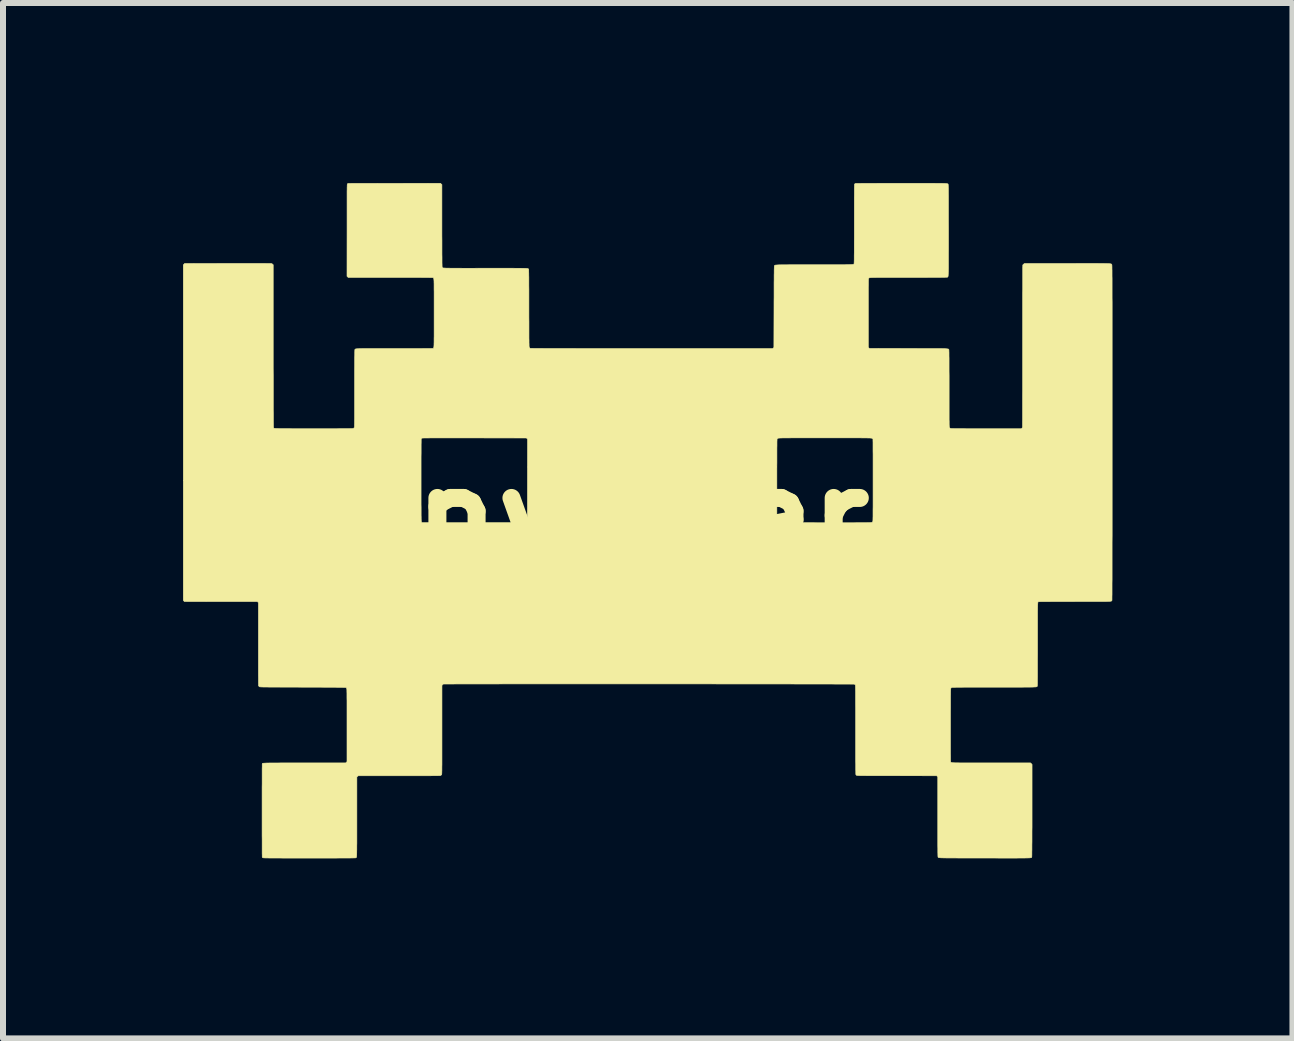
<source format=kicad_pcb>
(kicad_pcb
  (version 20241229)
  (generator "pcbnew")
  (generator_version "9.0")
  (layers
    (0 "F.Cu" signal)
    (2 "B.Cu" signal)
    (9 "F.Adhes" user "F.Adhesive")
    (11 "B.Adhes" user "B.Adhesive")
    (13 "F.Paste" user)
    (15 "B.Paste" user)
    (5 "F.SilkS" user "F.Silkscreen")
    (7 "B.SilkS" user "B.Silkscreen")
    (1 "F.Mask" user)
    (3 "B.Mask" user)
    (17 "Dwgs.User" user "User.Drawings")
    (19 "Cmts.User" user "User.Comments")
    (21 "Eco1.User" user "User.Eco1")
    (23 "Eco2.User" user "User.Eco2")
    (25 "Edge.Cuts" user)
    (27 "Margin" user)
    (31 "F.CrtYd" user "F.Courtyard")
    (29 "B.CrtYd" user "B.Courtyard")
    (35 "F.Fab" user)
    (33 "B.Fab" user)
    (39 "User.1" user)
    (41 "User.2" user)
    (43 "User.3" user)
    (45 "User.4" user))
  (footprint "invader1"
    (layer "F.Cu")
    (at 8.013 5.575)
    (property "Reference" "invader1" (at 0 0 0) (layer "F.SilkS") (effects (font (size 1.524 1.524) (thickness 0.3))))
    (attr through_hole)
    (fp_poly (pts (xy -3.711 -5.559) (xy -3.699 -5.549) (xy -3.699 -4.864) (xy -3.699 -4.775) (xy -3.699 -4.694) (xy -3.698 -4.619) (xy -3.698 -4.551) (xy -3.698 -4.489) (xy -3.698 -4.433) (xy -3.698 -4.384) (xy -3.697 -4.34) (xy -3.697 -4.302) (xy -3.697 -4.269) (xy -3.697 -4.241) (xy -3.696 -4.219) (xy -3.696 -4.2) (xy -3.695 -4.187) (xy -3.695 -4.178) (xy -3.694 -4.172) (xy -3.694 -4.171) (xy -3.693 -4.169) (xy -3.692 -4.167) (xy -3.691 -4.166) (xy -3.69 -4.164) (xy -3.687 -4.163) (xy -3.684 -4.161) (xy -3.679 -4.16) (xy -3.673 -4.159) (xy -3.664 -4.158) (xy -3.653 -4.158) (xy -3.64 -4.157) (xy -3.623 -4.156) (xy -3.604 -4.156) (xy -3.581 -4.156) (xy -3.554 -4.155) (xy -3.523 -4.155) (xy -3.487 -4.155) (xy -3.447 -4.155) (xy -3.402 -4.155) (xy -3.351 -4.154) (xy -3.295 -4.154) (xy -3.233 -4.154) (xy -3.165 -4.154) (xy -3.09 -4.155) (xy -3.008 -4.155) (xy -2.979 -4.155) (xy -2.894 -4.155) (xy -2.816 -4.155) (xy -2.745 -4.155) (xy -2.68 -4.155) (xy -2.622 -4.155) (xy -2.569 -4.155) (xy -2.521 -4.155) (xy -2.479 -4.154) (xy -2.441 -4.154) (xy -2.408 -4.154) (xy -2.379 -4.154) (xy -2.355 -4.153) (xy -2.333 -4.153) (xy -2.316 -4.152) (xy -2.301 -4.152) (xy -2.289 -4.151) (xy -2.279 -4.15) (xy -2.272 -4.149) (xy -2.266 -4.148) (xy -2.262 -4.147) (xy -2.259 -4.145) (xy -2.257 -4.144) (xy -2.256 -4.142) (xy -2.255 -4.14) (xy -2.254 -4.138) (xy -2.254 -4.137) (xy -2.253 -4.134) (xy -2.252 -4.125) (xy -2.252 -4.112) (xy -2.252 -4.093) (xy -2.251 -4.07) (xy -2.251 -4.04) (xy -2.25 -4.005) (xy -2.25 -3.964) (xy -2.25 -3.917) (xy -2.25 -3.864) (xy -2.249 -3.804) (xy -2.249 -3.738) (xy -2.249 -3.665) (xy -2.249 -3.585) (xy -2.249 -3.498) (xy -2.249 -3.486) (xy -2.249 -3.406) (xy -2.249 -3.333) (xy -2.248 -3.266) (xy -2.248 -3.205) (xy -2.248 -3.151) (xy -2.248 -3.102) (xy -2.248 -3.059) (xy -2.248 -3.02) (xy -2.248 -2.987) (xy -2.247 -2.958) (xy -2.247 -2.932) (xy -2.247 -2.911) (xy -2.246 -2.893) (xy -2.246 -2.878) (xy -2.246 -2.866) (xy -2.245 -2.856) (xy -2.245 -2.849) (xy -2.244 -2.843) (xy -2.244 -2.839) (xy -2.243 -2.836) (xy -2.242 -2.834) (xy -2.241 -2.833) (xy -2.234 -2.824) (xy -2.226 -2.819) (xy -2.221 -2.819) (xy -2.21 -2.819) (xy -2.192 -2.819) (xy -2.166 -2.818) (xy -2.134 -2.818) (xy -2.095 -2.818) (xy -2.049 -2.818) (xy -1.997 -2.817) (xy -1.938 -2.817) (xy -1.873 -2.817) (xy -1.801 -2.817) (xy -1.723 -2.817) (xy -1.64 -2.817) (xy -1.55 -2.817) (xy -1.454 -2.816) (xy -1.353 -2.816) (xy -1.246 -2.816) (xy -1.133 -2.816) (xy -1.015 -2.816) (xy -0.892 -2.816) (xy -0.763 -2.816) (xy -0.629 -2.816) (xy -0.49 -2.816) (xy -0.346 -2.816) (xy -0.201 -2.816) (xy 1.814 -2.816) (xy 1.824 -2.825) (xy 1.834 -2.833) (xy 1.836 -3.509) (xy 1.836 -3.594) (xy 1.837 -3.672) (xy 1.837 -3.742) (xy 1.837 -3.807) (xy 1.837 -3.865) (xy 1.837 -3.918) (xy 1.838 -3.965) (xy 1.838 -4.006) (xy 1.838 -4.043) (xy 1.839 -4.075) (xy 1.839 -4.102) (xy 1.839 -4.125) (xy 1.84 -4.144) (xy 1.84 -4.16) (xy 1.841 -4.173) (xy 1.841 -4.182) (xy 1.842 -4.188) (xy 1.842 -4.192) (xy 1.843 -4.194) (xy 1.844 -4.196) (xy 1.845 -4.198) (xy 1.846 -4.2) (xy 1.848 -4.202) (xy 1.851 -4.204) (xy 1.854 -4.205) (xy 1.859 -4.206) (xy 1.866 -4.208) (xy 1.875 -4.208) (xy 1.886 -4.209) (xy 1.9 -4.21) (xy 1.917 -4.211) (xy 1.938 -4.211) (xy 1.962 -4.212) (xy 1.99 -4.212) (xy 2.022 -4.212) (xy 2.059 -4.212) (xy 2.1 -4.213) (xy 2.147 -4.213) (xy 2.199 -4.213) (xy 2.258 -4.213) (xy 2.322 -4.213) (xy 2.393 -4.213) (xy 2.471 -4.213) (xy 2.513 -4.213) (xy 2.594 -4.213) (xy 2.668 -4.213) (xy 2.736 -4.213) (xy 2.797 -4.213) (xy 2.852 -4.213) (xy 2.901 -4.213) (xy 2.945 -4.213) (xy 2.984 -4.213) (xy 3.018 -4.213) (xy 3.047 -4.214) (xy 3.073 -4.214) (xy 3.095 -4.215) (xy 3.113 -4.215) (xy 3.128 -4.216) (xy 3.14 -4.217) (xy 3.149 -4.218) (xy 3.157 -4.219) (xy 3.162 -4.221) (xy 3.166 -4.223) (xy 3.168 -4.225) (xy 3.169 -4.227) (xy 3.17 -4.229) (xy 3.17 -4.232) (xy 3.17 -4.235) (xy 3.17 -4.238) (xy 3.171 -4.239) (xy 3.171 -4.245) (xy 3.172 -4.257) (xy 3.172 -4.275) (xy 3.173 -4.3) (xy 3.173 -4.332) (xy 3.173 -4.37) (xy 3.174 -4.415) (xy 3.174 -4.467) (xy 3.174 -4.526) (xy 3.174 -4.591) (xy 3.175 -4.664) (xy 3.175 -4.744) (xy 3.175 -4.831) (xy 3.175 -4.901) (xy 3.175 -4.99) (xy 3.175 -5.071) (xy 3.175 -5.146) (xy 3.175 -5.213) (xy 3.175 -5.274) (xy 3.175 -5.329) (xy 3.176 -5.377) (xy 3.176 -5.419) (xy 3.176 -5.455) (xy 3.176 -5.486) (xy 3.177 -5.51) (xy 3.177 -5.529) (xy 3.178 -5.543) (xy 3.178 -5.552) (xy 3.179 -5.556) (xy 3.179 -5.556) (xy 3.185 -5.563) (xy 3.192 -5.566) (xy 3.196 -5.567) (xy 3.208 -5.567) (xy 3.227 -5.568) (xy 3.252 -5.568) (xy 3.284 -5.568) (xy 3.323 -5.569) (xy 3.367 -5.569) (xy 3.418 -5.569) (xy 3.475 -5.569) (xy 3.537 -5.569) (xy 3.605 -5.57) (xy 3.678 -5.57) (xy 3.756 -5.57) (xy 3.84 -5.57) (xy 3.928 -5.57) (xy 3.96 -5.57) (xy 4.048 -5.57) (xy 4.13 -5.57) (xy 4.205 -5.57) (xy 4.273 -5.57) (xy 4.335 -5.57) (xy 4.391 -5.57) (xy 4.442 -5.57) (xy 4.488 -5.57) (xy 4.529 -5.569) (xy 4.565 -5.569) (xy 4.596 -5.569) (xy 4.624 -5.569) (xy 4.647 -5.568) (xy 4.667 -5.567) (xy 4.684 -5.567) (xy 4.698 -5.566) (xy 4.71 -5.565) (xy 4.718 -5.564) (xy 4.725 -5.563) (xy 4.73 -5.561) (xy 4.734 -5.56) (xy 4.736 -5.558) (xy 4.737 -5.556) (xy 4.738 -5.554) (xy 4.738 -5.552) (xy 4.738 -5.549) (xy 4.738 -5.547) (xy 4.739 -5.545) (xy 4.739 -5.54) (xy 4.74 -5.528) (xy 4.74 -5.509) (xy 4.741 -5.483) (xy 4.741 -5.45) (xy 4.741 -5.41) (xy 4.742 -5.363) (xy 4.742 -5.309) (xy 4.742 -5.248) (xy 4.742 -5.18) (xy 4.742 -5.105) (xy 4.742 -5.023) (xy 4.742 -4.933) (xy 4.743 -4.836) (xy 4.743 -4.781) (xy 4.743 -4.694) (xy 4.743 -4.613) (xy 4.743 -4.539) (xy 4.743 -4.472) (xy 4.742 -4.41) (xy 4.742 -4.355) (xy 4.742 -4.305) (xy 4.742 -4.26) (xy 4.742 -4.22) (xy 4.742 -4.184) (xy 4.742 -4.153) (xy 4.741 -4.126) (xy 4.741 -4.103) (xy 4.74 -4.083) (xy 4.74 -4.066) (xy 4.739 -4.052) (xy 4.739 -4.041) (xy 4.738 -4.032) (xy 4.737 -4.025) (xy 4.736 -4.02) (xy 4.735 -4.016) (xy 4.734 -4.013) (xy 4.732 -4.011) (xy 4.731 -4.009) (xy 4.729 -4.008) (xy 4.727 -4.007) (xy 4.727 -4.007) (xy 4.725 -4.006) (xy 4.719 -4.005) (xy 4.709 -4.005) (xy 4.696 -4.005) (xy 4.678 -4.004) (xy 4.656 -4.004) (xy 4.63 -4.004) (xy 4.598 -4.003) (xy 4.561 -4.003) (xy 4.519 -4.003) (xy 4.472 -4.003) (xy 4.418 -4.003) (xy 4.358 -4.002) (xy 4.292 -4.002) (xy 4.22 -4.002) (xy 4.14 -4.002) (xy 4.08 -4.002) (xy 4 -4.002) (xy 3.927 -4.002) (xy 3.86 -4.002) (xy 3.799 -4.002) (xy 3.745 -4.002) (xy 3.696 -4.002) (xy 3.652 -4.002) (xy 3.614 -4.002) (xy 3.58 -4.002) (xy 3.55 -4.002) (xy 3.525 -4.001) (xy 3.504 -4.001) (xy 3.485 -4.001) (xy 3.47 -4) (xy 3.458 -4) (xy 3.449 -3.999) (xy 3.441 -3.999) (xy 3.436 -3.998) (xy 3.431 -3.998) (xy 3.429 -3.997) (xy 3.427 -3.996) (xy 3.417 -3.991) (xy 3.411 -3.984) (xy 3.41 -3.983) (xy 3.41 -3.979) (xy 3.409 -3.97) (xy 3.409 -3.956) (xy 3.408 -3.936) (xy 3.408 -3.91) (xy 3.408 -3.878) (xy 3.407 -3.84) (xy 3.407 -3.795) (xy 3.407 -3.745) (xy 3.407 -3.688) (xy 3.407 -3.624) (xy 3.407 -3.553) (xy 3.407 -3.475) (xy 3.407 -3.406) (xy 3.407 -2.836) (xy 3.416 -2.827) (xy 3.426 -2.818) (xy 4.075 -2.817) (xy 4.157 -2.817) (xy 4.231 -2.816) (xy 4.299 -2.816) (xy 4.361 -2.816) (xy 4.417 -2.816) (xy 4.467 -2.816) (xy 4.511 -2.816) (xy 4.551 -2.816) (xy 4.586 -2.815) (xy 4.616 -2.815) (xy 4.642 -2.815) (xy 4.665 -2.814) (xy 4.684 -2.814) (xy 4.699 -2.813) (xy 4.712 -2.812) (xy 4.722 -2.811) (xy 4.73 -2.81) (xy 4.736 -2.809) (xy 4.741 -2.808) (xy 4.744 -2.806) (xy 4.746 -2.805) (xy 4.747 -2.803) (xy 4.748 -2.801) (xy 4.749 -2.799) (xy 4.75 -2.798) (xy 4.75 -2.794) (xy 4.751 -2.785) (xy 4.751 -2.77) (xy 4.752 -2.75) (xy 4.752 -2.724) (xy 4.752 -2.692) (xy 4.753 -2.655) (xy 4.753 -2.61) (xy 4.753 -2.56) (xy 4.753 -2.503) (xy 4.753 -2.44) (xy 4.754 -2.37) (xy 4.754 -2.292) (xy 4.754 -2.208) (xy 4.754 -2.151) (xy 4.754 -2.068) (xy 4.754 -1.991) (xy 4.754 -1.922) (xy 4.754 -1.859) (xy 4.754 -1.802) (xy 4.754 -1.751) (xy 4.754 -1.705) (xy 4.754 -1.665) (xy 4.754 -1.631) (xy 4.755 -1.601) (xy 4.755 -1.575) (xy 4.755 -1.554) (xy 4.756 -1.537) (xy 4.756 -1.524) (xy 4.757 -1.514) (xy 4.757 -1.507) (xy 4.758 -1.503) (xy 4.758 -1.503) (xy 4.764 -1.494) (xy 4.772 -1.487) (xy 4.773 -1.486) (xy 4.775 -1.485) (xy 4.778 -1.485) (xy 4.781 -1.484) (xy 4.787 -1.483) (xy 4.794 -1.483) (xy 4.803 -1.482) (xy 4.815 -1.482) (xy 4.829 -1.482) (xy 4.847 -1.481) (xy 4.868 -1.481) (xy 4.893 -1.481) (xy 4.923 -1.481) (xy 4.956 -1.481) (xy 4.995 -1.481) (xy 5.038 -1.48) (xy 5.088 -1.48) (xy 5.143 -1.48) (xy 5.204 -1.48) (xy 5.271 -1.48) (xy 5.346 -1.48) (xy 5.37 -1.48) (xy 5.959 -1.48) (xy 5.967 -1.488) (xy 5.974 -1.497) (xy 5.978 -1.507) (xy 5.978 -1.511) (xy 5.978 -1.522) (xy 5.978 -1.541) (xy 5.978 -1.565) (xy 5.978 -1.596) (xy 5.979 -1.633) (xy 5.979 -1.676) (xy 5.979 -1.724) (xy 5.979 -1.777) (xy 5.979 -1.835) (xy 5.979 -1.898) (xy 5.979 -1.965) (xy 5.979 -2.037) (xy 5.98 -2.113) (xy 5.98 -2.192) (xy 5.98 -2.274) (xy 5.98 -2.36) (xy 5.98 -2.449) (xy 5.98 -2.54) (xy 5.98 -2.634) (xy 5.98 -2.73) (xy 5.98 -2.828) (xy 5.98 -2.859) (xy 5.98 -2.957) (xy 5.98 -3.054) (xy 5.98 -3.148) (xy 5.98 -3.24) (xy 5.98 -3.33) (xy 5.98 -3.416) (xy 5.98 -3.5) (xy 5.98 -3.58) (xy 5.98 -3.656) (xy 5.98 -3.729) (xy 5.981 -3.798) (xy 5.981 -3.862) (xy 5.981 -3.921) (xy 5.981 -3.976) (xy 5.981 -4.025) (xy 5.981 -4.07) (xy 5.981 -4.108) (xy 5.981 -4.141) (xy 5.981 -4.167) (xy 5.982 -4.187) (xy 5.982 -4.2) (xy 5.982 -4.207) (xy 5.982 -4.207) (xy 5.986 -4.214) (xy 5.994 -4.221) (xy 5.997 -4.224) (xy 6.01 -4.233) (xy 6.723 -4.233) (xy 6.809 -4.233) (xy 6.888 -4.234) (xy 6.96 -4.234) (xy 7.026 -4.234) (xy 7.086 -4.234) (xy 7.14 -4.234) (xy 7.189 -4.234) (xy 7.232 -4.234) (xy 7.271 -4.233) (xy 7.305 -4.233) (xy 7.335 -4.233) (xy 7.36 -4.232) (xy 7.382 -4.232) (xy 7.401 -4.231) (xy 7.416 -4.231) (xy 7.429 -4.23) (xy 7.439 -4.229) (xy 7.447 -4.228) (xy 7.453 -4.226) (xy 7.457 -4.225) (xy 7.46 -4.223) (xy 7.462 -4.221) (xy 7.463 -4.219) (xy 7.464 -4.217) (xy 7.465 -4.215) (xy 7.466 -4.212) (xy 7.466 -4.211) (xy 7.466 -4.21) (xy 7.467 -4.207) (xy 7.467 -4.203) (xy 7.467 -4.197) (xy 7.467 -4.19) (xy 7.468 -4.181) (xy 7.468 -4.169) (xy 7.468 -4.156) (xy 7.468 -4.14) (xy 7.469 -4.122) (xy 7.469 -4.101) (xy 7.469 -4.077) (xy 7.469 -4.051) (xy 7.469 -4.021) (xy 7.47 -3.989) (xy 7.47 -3.953) (xy 7.47 -3.913) (xy 7.47 -3.87) (xy 7.47 -3.823) (xy 7.47 -3.772) (xy 7.47 -3.717) (xy 7.47 -3.658) (xy 7.471 -3.595) (xy 7.471 -3.527) (xy 7.471 -3.454) (xy 7.471 -3.377) (xy 7.471 -3.294) (xy 7.471 -3.207) (xy 7.471 -3.114) (xy 7.471 -3.016) (xy 7.471 -2.912) (xy 7.471 -2.803) (xy 7.471 -2.688) (xy 7.471 -2.566) (xy 7.471 -2.439) (xy 7.471 -2.306) (xy 7.471 -2.166) (xy 7.471 -2.019) (xy 7.471 -1.866) (xy 7.471 -1.706) (xy 7.471 -1.539) (xy 7.471 -1.413) (xy 7.471 -1.222) (xy 7.471 -1.038) (xy 7.471 -0.861) (xy 7.471 -0.691) (xy 7.471 -0.528) (xy 7.471 -0.372) (xy 7.471 -0.223) (xy 7.471 -0.081) (xy 7.471 0.054) (xy 7.471 0.182) (xy 7.471 0.304) (xy 7.47 0.418) (xy 7.47 0.526) (xy 7.47 0.627) (xy 7.47 0.722) (xy 7.47 0.81) (xy 7.47 0.892) (xy 7.47 0.967) (xy 7.47 1.036) (xy 7.469 1.098) (xy 7.469 1.154) (xy 7.469 1.203) (xy 7.469 1.247) (xy 7.469 1.284) (xy 7.468 1.315) (xy 7.468 1.34) (xy 7.468 1.359) (xy 7.468 1.372) (xy 7.467 1.379) (xy 7.467 1.38) (xy 7.466 1.382) (xy 7.466 1.385) (xy 7.465 1.387) (xy 7.463 1.388) (xy 7.461 1.39) (xy 7.458 1.391) (xy 7.453 1.393) (xy 7.446 1.394) (xy 7.438 1.395) (xy 7.426 1.396) (xy 7.413 1.396) (xy 7.396 1.397) (xy 7.375 1.398) (xy 7.351 1.398) (xy 7.323 1.398) (xy 7.29 1.399) (xy 7.253 1.399) (xy 7.211 1.399) (xy 7.163 1.399) (xy 7.109 1.399) (xy 7.05 1.399) (xy 6.984 1.399) (xy 6.911 1.399) (xy 6.853 1.399) (xy 6.787 1.4) (xy 6.724 1.4) (xy 6.663 1.4) (xy 6.604 1.4) (xy 6.549 1.4) (xy 6.497 1.4) (xy 6.449 1.4) (xy 6.405 1.401) (xy 6.365 1.401) (xy 6.331 1.401) (xy 6.302 1.401) (xy 6.279 1.401) (xy 6.262 1.402) (xy 6.251 1.402) (xy 6.247 1.402) (xy 6.245 1.402) (xy 6.243 1.403) (xy 6.241 1.403) (xy 6.239 1.404) (xy 6.237 1.406) (xy 6.235 1.408) (xy 6.234 1.412) (xy 6.233 1.418) (xy 6.232 1.426) (xy 6.231 1.436) (xy 6.23 1.448) (xy 6.229 1.464) (xy 6.229 1.482) (xy 6.228 1.504) (xy 6.228 1.53) (xy 6.227 1.56) (xy 6.227 1.595) (xy 6.227 1.634) (xy 6.227 1.678) (xy 6.227 1.727) (xy 6.227 1.782) (xy 6.227 1.842) (xy 6.227 1.909) (xy 6.227 1.982) (xy 6.227 2.063) (xy 6.227 2.113) (xy 6.227 2.199) (xy 6.227 2.279) (xy 6.226 2.355) (xy 6.226 2.425) (xy 6.226 2.491) (xy 6.226 2.55) (xy 6.226 2.604) (xy 6.226 2.652) (xy 6.225 2.693) (xy 6.225 2.729) (xy 6.225 2.758) (xy 6.224 2.78) (xy 6.224 2.796) (xy 6.223 2.805) (xy 6.223 2.806) (xy 6.222 2.809) (xy 6.222 2.811) (xy 6.221 2.813) (xy 6.221 2.815) (xy 6.219 2.817) (xy 6.217 2.818) (xy 6.213 2.819) (xy 6.207 2.821) (xy 6.2 2.822) (xy 6.191 2.823) (xy 6.179 2.823) (xy 6.165 2.824) (xy 6.147 2.825) (xy 6.126 2.825) (xy 6.102 2.826) (xy 6.073 2.826) (xy 6.041 2.826) (xy 6.003 2.826) (xy 5.961 2.827) (xy 5.914 2.827) (xy 5.861 2.827) (xy 5.803 2.827) (xy 5.738 2.827) (xy 5.667 2.827) (xy 5.589 2.827) (xy 5.505 2.827) (xy 5.418 2.827) (xy 5.336 2.827) (xy 5.259 2.827) (xy 5.187 2.827) (xy 5.121 2.827) (xy 5.061 2.827) (xy 5.006 2.827) (xy 4.957 2.828) (xy 4.915 2.828) (xy 4.879 2.828) (xy 4.849 2.829) (xy 4.826 2.829) (xy 4.81 2.829) (xy 4.801 2.83) (xy 4.799 2.83) (xy 4.791 2.836) (xy 4.784 2.844) (xy 4.783 2.845) (xy 4.782 2.847) (xy 4.781 2.85) (xy 4.781 2.855) (xy 4.78 2.86) (xy 4.78 2.868) (xy 4.779 2.878) (xy 4.779 2.891) (xy 4.778 2.907) (xy 4.778 2.925) (xy 4.778 2.948) (xy 4.777 2.974) (xy 4.777 3.004) (xy 4.777 3.039) (xy 4.777 3.079) (xy 4.777 3.124) (xy 4.777 3.175) (xy 4.776 3.231) (xy 4.776 3.294) (xy 4.776 3.363) (xy 4.776 3.44) (xy 4.776 3.456) (xy 4.776 3.539) (xy 4.776 3.615) (xy 4.776 3.684) (xy 4.776 3.747) (xy 4.776 3.803) (xy 4.776 3.853) (xy 4.776 3.898) (xy 4.776 3.936) (xy 4.777 3.969) (xy 4.777 3.997) (xy 4.777 4.02) (xy 4.777 4.039) (xy 4.778 4.053) (xy 4.778 4.062) (xy 4.779 4.067) (xy 4.779 4.069) (xy 4.78 4.071) (xy 4.781 4.074) (xy 4.781 4.076) (xy 4.782 4.078) (xy 4.784 4.079) (xy 4.787 4.081) (xy 4.791 4.082) (xy 4.796 4.084) (xy 4.804 4.085) (xy 4.814 4.086) (xy 4.826 4.086) (xy 4.841 4.087) (xy 4.859 4.088) (xy 4.881 4.088) (xy 4.906 4.088) (xy 4.936 4.089) (xy 4.97 4.089) (xy 5.009 4.089) (xy 5.052 4.089) (xy 5.101 4.089) (xy 5.156 4.089) (xy 5.217 4.089) (xy 5.284 4.089) (xy 5.357 4.089) (xy 5.437 4.089) (xy 6.111 4.089) (xy 6.136 4.114) (xy 6.136 4.161) (xy 6.136 4.239) (xy 6.136 4.318) (xy 6.136 4.398) (xy 6.136 4.479) (xy 6.136 4.559) (xy 6.136 4.639) (xy 6.136 4.718) (xy 6.136 4.797) (xy 6.136 4.873) (xy 6.136 4.949) (xy 6.136 5.022) (xy 6.136 5.093) (xy 6.136 5.161) (xy 6.135 5.226) (xy 6.135 5.288) (xy 6.135 5.347) (xy 6.135 5.401) (xy 6.134 5.451) (xy 6.134 5.496) (xy 6.134 5.536) (xy 6.133 5.571) (xy 6.133 5.601) (xy 6.133 5.624) (xy 6.132 5.641) (xy 6.132 5.652) (xy 6.132 5.655) (xy 6.131 5.657) (xy 6.13 5.659) (xy 6.129 5.661) (xy 6.128 5.663) (xy 6.127 5.665) (xy 6.124 5.666) (xy 6.12 5.668) (xy 6.115 5.669) (xy 6.108 5.67) (xy 6.099 5.671) (xy 6.087 5.672) (xy 6.073 5.672) (xy 6.056 5.673) (xy 6.035 5.673) (xy 6.011 5.674) (xy 5.984 5.674) (xy 5.952 5.674) (xy 5.916 5.674) (xy 5.875 5.675) (xy 5.829 5.675) (xy 5.778 5.675) (xy 5.722 5.675) (xy 5.659 5.675) (xy 5.591 5.675) (xy 5.516 5.674) (xy 5.435 5.674) (xy 5.346 5.674) (xy 5.258 5.674) (xy 5.177 5.674) (xy 5.103 5.674) (xy 5.034 5.674) (xy 4.973 5.674) (xy 4.916 5.674) (xy 4.866 5.673) (xy 4.821 5.673) (xy 4.78 5.673) (xy 4.744 5.673) (xy 4.713 5.673) (xy 4.686 5.672) (xy 4.662 5.672) (xy 4.642 5.671) (xy 4.625 5.671) (xy 4.611 5.67) (xy 4.6 5.669) (xy 4.591 5.668) (xy 4.584 5.667) (xy 4.579 5.666) (xy 4.576 5.665) (xy 4.573 5.663) (xy 4.572 5.662) (xy 4.571 5.66) (xy 4.57 5.658) (xy 4.569 5.656) (xy 4.569 5.654) (xy 4.568 5.65) (xy 4.568 5.641) (xy 4.567 5.627) (xy 4.567 5.607) (xy 4.566 5.581) (xy 4.566 5.549) (xy 4.566 5.511) (xy 4.565 5.467) (xy 4.565 5.417) (xy 4.565 5.361) (xy 4.565 5.298) (xy 4.565 5.228) (xy 4.565 5.151) (xy 4.565 5.067) (xy 4.565 4.984) (xy 4.565 4.322) (xy 4.548 4.303) (xy 3.884 4.302) (xy 3.802 4.302) (xy 3.727 4.302) (xy 3.659 4.302) (xy 3.596 4.302) (xy 3.54 4.302) (xy 3.49 4.302) (xy 3.445 4.302) (xy 3.405 4.302) (xy 3.369 4.301) (xy 3.339 4.301) (xy 3.312 4.301) (xy 3.289 4.3) (xy 3.27 4.3) (xy 3.254 4.299) (xy 3.241 4.298) (xy 3.23 4.298) (xy 3.222 4.297) (xy 3.216 4.296) (xy 3.211 4.295) (xy 3.208 4.293) (xy 3.206 4.292) (xy 3.204 4.29) (xy 3.203 4.288) (xy 3.202 4.287) (xy 3.201 4.285) (xy 3.2 4.282) (xy 3.2 4.276) (xy 3.199 4.265) (xy 3.199 4.25) (xy 3.199 4.231) (xy 3.198 4.207) (xy 3.198 4.178) (xy 3.198 4.144) (xy 3.198 4.105) (xy 3.197 4.061) (xy 3.197 4.01) (xy 3.197 3.954) (xy 3.197 3.892) (xy 3.197 3.823) (xy 3.197 3.748) (xy 3.197 3.666) (xy 3.197 3.577) (xy 3.197 3.537) (xy 3.197 3.45) (xy 3.197 3.371) (xy 3.197 3.298) (xy 3.197 3.232) (xy 3.197 3.171) (xy 3.196 3.117) (xy 3.196 3.068) (xy 3.196 3.024) (xy 3.196 2.985) (xy 3.196 2.95) (xy 3.196 2.92) (xy 3.196 2.894) (xy 3.195 2.872) (xy 3.195 2.853) (xy 3.195 2.837) (xy 3.194 2.824) (xy 3.194 2.814) (xy 3.194 2.806) (xy 3.193 2.799) (xy 3.193 2.795) (xy 3.192 2.792) (xy 3.191 2.79) (xy 3.191 2.788) (xy 3.19 2.788) (xy 3.182 2.781) (xy 3.176 2.776) (xy 3.172 2.776) (xy 3.161 2.776) (xy 3.143 2.776) (xy 3.119 2.776) (xy 3.088 2.775) (xy 3.05 2.775) (xy 3.007 2.775) (xy 2.958 2.775) (xy 2.903 2.775) (xy 2.842 2.775) (xy 2.776 2.774) (xy 2.705 2.774) (xy 2.629 2.774) (xy 2.548 2.774) (xy 2.463 2.774) (xy 2.374 2.774) (xy 2.28 2.774) (xy 2.182 2.774) (xy 2.08 2.773) (xy 1.975 2.773) (xy 1.867 2.773) (xy 1.755 2.773) (xy 1.64 2.773) (xy 1.523 2.773) (xy 1.403 2.773) (xy 1.28 2.773) (xy 1.155 2.773) (xy 1.028 2.773) (xy 0.9 2.773) (xy 0.769 2.772) (xy 0.638 2.772) (xy 0.504 2.772) (xy 0.37 2.772) (xy 0.235 2.772) (xy 0.1 2.772) (xy -0.037 2.772) (xy -0.173 2.772) (xy -0.31 2.772) (xy -0.446 2.772) (xy -0.583 2.772) (xy -0.718 2.772) (xy -0.853 2.772) (xy -0.988 2.772) (xy -1.121 2.772) (xy -1.253 2.772) (xy -1.383 2.772) (xy -1.512 2.772) (xy -1.639 2.772) (xy -1.764 2.772) (xy -1.887 2.772) (xy -2.008 2.772) (xy -2.126 2.772) (xy -2.241 2.772) (xy -2.353 2.772) (xy -2.462 2.772) (xy -2.567 2.772) (xy -2.669 2.772) (xy -2.767 2.773) (xy -2.861 2.773) (xy -2.952 2.773) (xy -3.037 2.773) (xy -3.119 2.773) (xy -3.195 2.773) (xy -3.267 2.773) (xy -3.333 2.773) (xy -3.394 2.773) (xy -3.45 2.773) (xy -3.5 2.774) (xy -3.544 2.774) (xy -3.582 2.774) (xy -3.614 2.774) (xy -3.639 2.774) (xy -3.658 2.774) (xy -3.67 2.774) (xy -3.674 2.775) (xy -3.675 2.775) (xy -3.68 2.778) (xy -3.688 2.785) (xy -3.694 2.792) (xy -3.697 2.797) (xy -3.698 2.798) (xy -3.698 2.801) (xy -3.698 2.812) (xy -3.698 2.829) (xy -3.698 2.853) (xy -3.698 2.882) (xy -3.698 2.917) (xy -3.698 2.957) (xy -3.698 3.002) (xy -3.698 3.052) (xy -3.698 3.105) (xy -3.698 3.163) (xy -3.698 3.224) (xy -3.698 3.288) (xy -3.698 3.355) (xy -3.698 3.425) (xy -3.698 3.496) (xy -3.698 3.539) (xy -3.698 3.625) (xy -3.698 3.704) (xy -3.698 3.776) (xy -3.698 3.843) (xy -3.698 3.903) (xy -3.698 3.957) (xy -3.698 4.006) (xy -3.698 4.049) (xy -3.698 4.088) (xy -3.698 4.122) (xy -3.699 4.152) (xy -3.699 4.178) (xy -3.699 4.2) (xy -3.699 4.219) (xy -3.7 4.235) (xy -3.7 4.248) (xy -3.7 4.258) (xy -3.701 4.267) (xy -3.701 4.273) (xy -3.702 4.278) (xy -3.703 4.281) (xy -3.703 4.283) (xy -3.704 4.285) (xy -3.705 4.286) (xy -3.705 4.287) (xy -3.714 4.294) (xy -3.725 4.299) (xy -3.727 4.3) (xy -3.732 4.3) (xy -3.743 4.301) (xy -3.761 4.301) (xy -3.785 4.302) (xy -3.815 4.302) (xy -3.852 4.302) (xy -3.896 4.303) (xy -3.946 4.303) (xy -4.003 4.303) (xy -4.067 4.303) (xy -4.138 4.303) (xy -4.216 4.303) (xy -4.301 4.303) (xy -4.393 4.303) (xy -4.411 4.303) (xy -4.481 4.303) (xy -4.548 4.303) (xy -4.613 4.303) (xy -4.676 4.303) (xy -4.735 4.303) (xy -4.791 4.303) (xy -4.844 4.303) (xy -4.892 4.303) (xy -4.936 4.303) (xy -4.975 4.303) (xy -5.009 4.303) (xy -5.038 4.303) (xy -5.06 4.303) (xy -5.077 4.303) (xy -5.086 4.303) (xy -5.089 4.303) (xy -5.097 4.306) (xy -5.105 4.312) (xy -5.106 4.313) (xy -5.116 4.322) (xy -5.116 4.984) (xy -5.116 5.067) (xy -5.116 5.142) (xy -5.116 5.211) (xy -5.116 5.274) (xy -5.116 5.331) (xy -5.116 5.382) (xy -5.116 5.427) (xy -5.117 5.467) (xy -5.117 5.503) (xy -5.117 5.534) (xy -5.118 5.561) (xy -5.118 5.584) (xy -5.119 5.603) (xy -5.119 5.62) (xy -5.12 5.633) (xy -5.121 5.644) (xy -5.122 5.652) (xy -5.123 5.658) (xy -5.125 5.663) (xy -5.127 5.666) (xy -5.128 5.668) (xy -5.13 5.669) (xy -5.132 5.67) (xy -5.135 5.67) (xy -5.137 5.671) (xy -5.138 5.671) (xy -5.142 5.672) (xy -5.151 5.672) (xy -5.164 5.672) (xy -5.183 5.673) (xy -5.206 5.673) (xy -5.235 5.674) (xy -5.27 5.674) (xy -5.31 5.674) (xy -5.356 5.674) (xy -5.408 5.674) (xy -5.467 5.675) (xy -5.531 5.675) (xy -5.602 5.675) (xy -5.68 5.675) (xy -5.765 5.675) (xy -5.857 5.675) (xy -5.911 5.675) (xy -5.999 5.675) (xy -6.081 5.675) (xy -6.156 5.675) (xy -6.225 5.675) (xy -6.288 5.675) (xy -6.344 5.675) (xy -6.395 5.674) (xy -6.441 5.674) (xy -6.482 5.674) (xy -6.518 5.674) (xy -6.55 5.674) (xy -6.577 5.674) (xy -6.6 5.673) (xy -6.62 5.673) (xy -6.637 5.673) (xy -6.65 5.672) (xy -6.661 5.672) (xy -6.669 5.671) (xy -6.674 5.671) (xy -6.678 5.67) (xy -6.68 5.67) (xy -6.681 5.67) (xy -6.688 5.664) (xy -6.693 5.658) (xy -6.693 5.654) (xy -6.693 5.643) (xy -6.693 5.625) (xy -6.694 5.602) (xy -6.694 5.573) (xy -6.694 5.538) (xy -6.694 5.499) (xy -6.694 5.455) (xy -6.694 5.408) (xy -6.694 5.357) (xy -6.695 5.302) (xy -6.695 5.245) (xy -6.695 5.186) (xy -6.695 5.125) (xy -6.695 5.062) (xy -6.695 4.998) (xy -6.695 4.933) (xy -6.695 4.868) (xy -6.695 4.803) (xy -6.695 4.738) (xy -6.695 4.675) (xy -6.695 4.613) (xy -6.695 4.552) (xy -6.695 4.494) (xy -6.694 4.438) (xy -6.694 4.385) (xy -6.694 4.336) (xy -6.694 4.29) (xy -6.694 4.249) (xy -6.694 4.212) (xy -6.694 4.18) (xy -6.693 4.153) (xy -6.693 4.133) (xy -6.693 4.118) (xy -6.693 4.111) (xy -6.693 4.109) (xy -6.692 4.107) (xy -6.692 4.105) (xy -6.692 4.103) (xy -6.691 4.101) (xy -6.689 4.099) (xy -6.687 4.098) (xy -6.683 4.096) (xy -6.678 4.095) (xy -6.67 4.094) (xy -6.661 4.093) (xy -6.649 4.093) (xy -6.634 4.092) (xy -6.616 4.091) (xy -6.595 4.091) (xy -6.57 4.09) (xy -6.54 4.09) (xy -6.507 4.09) (xy -6.469 4.09) (xy -6.426 4.09) (xy -6.377 4.089) (xy -6.324 4.089) (xy -6.264 4.089) (xy -6.198 4.089) (xy -6.126 4.089) (xy -6.047 4.089) (xy -5.987 4.089) (xy -5.301 4.089) (xy -5.28 4.068) (xy -5.28 3.468) (xy -5.28 3.385) (xy -5.28 3.307) (xy -5.28 3.234) (xy -5.28 3.168) (xy -5.28 3.107) (xy -5.28 3.053) (xy -5.281 3.005) (xy -5.281 2.964) (xy -5.281 2.928) (xy -5.282 2.9) (xy -5.282 2.879) (xy -5.283 2.864) (xy -5.283 2.856) (xy -5.283 2.856) (xy -5.287 2.845) (xy -5.292 2.836) (xy -5.292 2.836) (xy -5.293 2.835) (xy -5.294 2.834) (xy -5.295 2.833) (xy -5.298 2.833) (xy -5.302 2.832) (xy -5.308 2.831) (xy -5.315 2.831) (xy -5.325 2.831) (xy -5.337 2.83) (xy -5.351 2.83) (xy -5.369 2.829) (xy -5.39 2.829) (xy -5.415 2.829) (xy -5.444 2.829) (xy -5.477 2.828) (xy -5.515 2.828) (xy -5.557 2.828) (xy -5.605 2.828) (xy -5.658 2.828) (xy -5.717 2.827) (xy -5.782 2.827) (xy -5.853 2.827) (xy -5.931 2.827) (xy -6.015 2.827) (xy -6.1 2.826) (xy -6.178 2.826) (xy -6.25 2.826) (xy -6.314 2.826) (xy -6.373 2.826) (xy -6.426 2.825) (xy -6.474 2.825) (xy -6.516 2.825) (xy -6.554 2.825) (xy -6.587 2.825) (xy -6.616 2.824) (xy -6.641 2.824) (xy -6.662 2.824) (xy -6.68 2.824) (xy -6.695 2.823) (xy -6.707 2.823) (xy -6.717 2.822) (xy -6.724 2.822) (xy -6.73 2.821) (xy -6.734 2.821) (xy -6.737 2.82) (xy -6.739 2.819) (xy -6.741 2.819) (xy -6.742 2.818) (xy -6.742 2.818) (xy -6.749 2.81) (xy -6.753 2.804) (xy -6.754 2.8) (xy -6.754 2.788) (xy -6.754 2.77) (xy -6.755 2.745) (xy -6.755 2.713) (xy -6.755 2.675) (xy -6.756 2.631) (xy -6.756 2.581) (xy -6.756 2.525) (xy -6.756 2.464) (xy -6.756 2.397) (xy -6.756 2.325) (xy -6.756 2.248) (xy -6.756 2.166) (xy -6.756 2.108) (xy -6.756 1.419) (xy -6.764 1.41) (xy -6.773 1.4) (xy -7.382 1.4) (xy -7.991 1.399) (xy -8 1.388) (xy -8.008 1.377) (xy -8.008 -0.695) (xy -4.046 -0.695) (xy -4.046 -0.62) (xy -4.046 -0.537) (xy -4.046 -0.46) (xy -4.046 -0.39) (xy -4.046 -0.327) (xy -4.046 -0.269) (xy -4.046 -0.217) (xy -4.045 -0.171) (xy -4.045 -0.13) (xy -4.045 -0.094) (xy -4.045 -0.062) (xy -4.045 -0.034) (xy -4.044 -0.011) (xy -4.044 0.009) (xy -4.044 0.026) (xy -4.043 0.039) (xy -4.043 0.05) (xy -4.043 0.059) (xy -4.042 0.065) (xy -4.041 0.07) (xy -4.041 0.073) (xy -4.04 0.074) (xy -4.04 0.074) (xy -4.033 0.081) (xy -4.027 0.085) (xy -4.022 0.085) (xy -4.011 0.085) (xy -3.993 0.085) (xy -3.969 0.085) (xy -3.939 0.085) (xy -3.903 0.085) (xy -3.862 0.085) (xy -3.816 0.085) (xy -3.765 0.086) (xy -3.71 0.086) (xy -3.65 0.086) (xy -3.587 0.086) (xy -3.521 0.086) (xy -3.451 0.086) (xy -3.378 0.086) (xy -3.303 0.086) (xy -3.226 0.086) (xy -3.154 0.086) (xy -2.29 0.085) (xy -2.273 0.069) (xy -2.273 0.057) (xy 1.883 0.057) (xy 1.892 0.069) (xy 1.901 0.079) (xy 1.911 0.084) (xy 1.915 0.084) (xy 1.927 0.084) (xy 1.945 0.085) (xy 1.969 0.085) (xy 1.999 0.085) (xy 2.035 0.085) (xy 2.076 0.085) (xy 2.122 0.086) (xy 2.173 0.086) (xy 2.227 0.086) (xy 2.286 0.086) (xy 2.348 0.086) (xy 2.413 0.086) (xy 2.481 0.086) (xy 2.551 0.087) (xy 2.624 0.087) (xy 2.688 0.087) (xy 2.777 0.087) (xy 2.858 0.087) (xy 2.933 0.087) (xy 3.002 0.087) (xy 3.064 0.087) (xy 3.121 0.087) (xy 3.172 0.087) (xy 3.218 0.086) (xy 3.259 0.086) (xy 3.295 0.086) (xy 3.326 0.086) (xy 3.354 0.086) (xy 3.378 0.086) (xy 3.398 0.085) (xy 3.415 0.085) (xy 3.429 0.085) (xy 3.44 0.084) (xy 3.449 0.084) (xy 3.456 0.083) (xy 3.461 0.083) (xy 3.464 0.082) (xy 3.467 0.082) (xy 3.467 0.081) (xy 3.476 0.075) (xy 3.483 0.067) (xy 3.483 0.067) (xy 3.483 0.064) (xy 3.484 0.056) (xy 3.484 0.044) (xy 3.485 0.028) (xy 3.485 0.007) (xy 3.486 -0.019) (xy 3.486 -0.051) (xy 3.486 -0.088) (xy 3.486 -0.13) (xy 3.487 -0.178) (xy 3.487 -0.232) (xy 3.487 -0.293) (xy 3.487 -0.359) (xy 3.487 -0.433) (xy 3.487 -0.513) (xy 3.487 -0.6) (xy 3.487 -0.622) (xy 3.487 -0.692) (xy 3.487 -0.76) (xy 3.487 -0.825) (xy 3.487 -0.888) (xy 3.487 -0.948) (xy 3.487 -1.005) (xy 3.487 -1.058) (xy 3.486 -1.107) (xy 3.486 -1.151) (xy 3.486 -1.191) (xy 3.486 -1.225) (xy 3.486 -1.254) (xy 3.485 -1.277) (xy 3.485 -1.294) (xy 3.485 -1.305) (xy 3.485 -1.308) (xy 3.48 -1.313) (xy 3.472 -1.319) (xy 3.469 -1.321) (xy 3.467 -1.322) (xy 3.465 -1.323) (xy 3.462 -1.323) (xy 3.459 -1.324) (xy 3.454 -1.324) (xy 3.448 -1.325) (xy 3.44 -1.325) (xy 3.431 -1.326) (xy 3.418 -1.326) (xy 3.404 -1.326) (xy 3.386 -1.327) (xy 3.365 -1.327) (xy 3.34 -1.327) (xy 3.312 -1.327) (xy 3.28 -1.328) (xy 3.243 -1.328) (xy 3.202 -1.328) (xy 3.155 -1.328) (xy 3.104 -1.328) (xy 3.046 -1.328) (xy 2.983 -1.328) (xy 2.914 -1.328) (xy 2.838 -1.328) (xy 2.756 -1.328) (xy 2.685 -1.328) (xy 2.597 -1.328) (xy 2.515 -1.328) (xy 2.441 -1.328) (xy 2.372 -1.328) (xy 2.31 -1.328) (xy 2.254 -1.328) (xy 2.203 -1.328) (xy 2.157 -1.328) (xy 2.117 -1.328) (xy 2.08 -1.327) (xy 2.049 -1.327) (xy 2.021 -1.327) (xy 1.997 -1.327) (xy 1.977 -1.327) (xy 1.96 -1.326) (xy 1.946 -1.326) (xy 1.934 -1.325) (xy 1.925 -1.325) (xy 1.918 -1.325) (xy 1.913 -1.324) (xy 1.909 -1.323) (xy 1.906 -1.323) (xy 1.904 -1.322) (xy 1.904 -1.322) (xy 1.895 -1.316) (xy 1.888 -1.311) (xy 1.888 -1.31) (xy 1.887 -1.308) (xy 1.887 -1.303) (xy 1.886 -1.294) (xy 1.886 -1.282) (xy 1.885 -1.266) (xy 1.885 -1.246) (xy 1.885 -1.222) (xy 1.885 -1.193) (xy 1.884 -1.16) (xy 1.884 -1.121) (xy 1.884 -1.077) (xy 1.884 -1.028) (xy 1.884 -0.973) (xy 1.884 -0.911) (xy 1.883 -0.843) (xy 1.883 -0.769) (xy 1.883 -0.688) (xy 1.883 -0.624) (xy 1.883 0.057) (xy -2.273 0.057) (xy -2.271 -1.306) (xy -2.289 -1.326) (xy -3.154 -1.327) (xy -3.254 -1.327) (xy -3.347 -1.327) (xy -3.433 -1.327) (xy -3.512 -1.327) (xy -3.585 -1.327) (xy -3.651 -1.327) (xy -3.712 -1.327) (xy -3.766 -1.327) (xy -3.815 -1.327) (xy -3.858 -1.327) (xy -3.896 -1.327) (xy -3.929 -1.326) (xy -3.956 -1.326) (xy -3.979 -1.326) (xy -3.998 -1.326) (xy -4.012 -1.325) (xy -4.021 -1.325) (xy -4.027 -1.324) (xy -4.029 -1.324) (xy -4.037 -1.319) (xy -4.043 -1.313) (xy -4.043 -1.308) (xy -4.044 -1.297) (xy -4.044 -1.277) (xy -4.044 -1.251) (xy -4.045 -1.218) (xy -4.045 -1.177) (xy -4.045 -1.13) (xy -4.045 -1.075) (xy -4.046 -1.013) (xy -4.046 -0.944) (xy -4.046 -0.868) (xy -4.046 -0.785) (xy -4.046 -0.695) (xy -8.008 -0.695) (xy -8.008 -4.209) (xy -7.987 -4.233) (xy -7.273 -4.234) (xy -7.201 -4.234) (xy -7.131 -4.234) (xy -7.064 -4.234) (xy -6.999 -4.234) (xy -6.936 -4.234) (xy -6.877 -4.234) (xy -6.822 -4.234) (xy -6.77 -4.234) (xy -6.723 -4.234) (xy -6.681 -4.234) (xy -6.643 -4.234) (xy -6.611 -4.233) (xy -6.585 -4.233) (xy -6.565 -4.233) (xy -6.551 -4.233) (xy -6.544 -4.233) (xy -6.544 -4.233) (xy -6.528 -4.228) (xy -6.519 -4.221) (xy -6.51 -4.212) (xy -6.51 -2.865) (xy -6.51 -2.732) (xy -6.51 -2.606) (xy -6.51 -2.488) (xy -6.509 -2.376) (xy -6.509 -2.271) (xy -6.509 -2.174) (xy -6.509 -2.083) (xy -6.509 -1.999) (xy -6.509 -1.922) (xy -6.509 -1.852) (xy -6.509 -1.788) (xy -6.508 -1.731) (xy -6.508 -1.68) (xy -6.508 -1.636) (xy -6.508 -1.599) (xy -6.507 -1.568) (xy -6.507 -1.543) (xy -6.507 -1.524) (xy -6.506 -1.512) (xy -6.506 -1.506) (xy -6.506 -1.505) (xy -6.505 -1.502) (xy -6.505 -1.499) (xy -6.505 -1.497) (xy -6.504 -1.494) (xy -6.503 -1.492) (xy -6.5 -1.49) (xy -6.497 -1.489) (xy -6.492 -1.487) (xy -6.485 -1.486) (xy -6.476 -1.485) (xy -6.465 -1.484) (xy -6.45 -1.483) (xy -6.433 -1.483) (xy -6.412 -1.482) (xy -6.388 -1.481) (xy -6.359 -1.481) (xy -6.326 -1.481) (xy -6.289 -1.481) (xy -6.246 -1.481) (xy -6.198 -1.48) (xy -6.145 -1.48) (xy -6.086 -1.48) (xy -6.02 -1.48) (xy -5.948 -1.48) (xy -5.87 -1.48) (xy -5.833 -1.48) (xy -5.752 -1.48) (xy -5.678 -1.48) (xy -5.611 -1.48) (xy -5.55 -1.48) (xy -5.495 -1.48) (xy -5.446 -1.48) (xy -5.402 -1.481) (xy -5.363 -1.481) (xy -5.329 -1.481) (xy -5.299 -1.481) (xy -5.274 -1.481) (xy -5.252 -1.481) (xy -5.233 -1.482) (xy -5.218 -1.482) (xy -5.206 -1.482) (xy -5.196 -1.483) (xy -5.188 -1.483) (xy -5.182 -1.484) (xy -5.178 -1.484) (xy -5.175 -1.485) (xy -5.173 -1.486) (xy -5.171 -1.487) (xy -5.171 -1.487) (xy -5.163 -1.495) (xy -5.157 -1.503) (xy -5.157 -1.505) (xy -5.156 -1.51) (xy -5.155 -1.519) (xy -5.155 -1.531) (xy -5.155 -1.546) (xy -5.154 -1.566) (xy -5.154 -1.589) (xy -5.154 -1.617) (xy -5.153 -1.65) (xy -5.153 -1.688) (xy -5.153 -1.731) (xy -5.153 -1.779) (xy -5.153 -1.834) (xy -5.153 -1.894) (xy -5.153 -1.961) (xy -5.153 -2.034) (xy -5.153 -2.115) (xy -5.153 -2.151) (xy -5.153 -2.239) (xy -5.153 -2.321) (xy -5.153 -2.396) (xy -5.153 -2.463) (xy -5.152 -2.524) (xy -5.152 -2.579) (xy -5.152 -2.627) (xy -5.152 -2.669) (xy -5.151 -2.705) (xy -5.151 -2.734) (xy -5.151 -2.758) (xy -5.15 -2.776) (xy -5.15 -2.789) (xy -5.149 -2.796) (xy -5.149 -2.798) (xy -5.148 -2.8) (xy -5.147 -2.802) (xy -5.146 -2.804) (xy -5.144 -2.806) (xy -5.142 -2.807) (xy -5.138 -2.808) (xy -5.134 -2.81) (xy -5.127 -2.811) (xy -5.118 -2.812) (xy -5.107 -2.813) (xy -5.093 -2.813) (xy -5.076 -2.814) (xy -5.056 -2.814) (xy -5.032 -2.815) (xy -5.005 -2.815) (xy -4.972 -2.815) (xy -4.936 -2.816) (xy -4.894 -2.816) (xy -4.847 -2.816) (xy -4.795 -2.816) (xy -4.737 -2.816) (xy -4.672 -2.816) (xy -4.601 -2.816) (xy -4.523 -2.816) (xy -4.496 -2.816) (xy -4.429 -2.816) (xy -4.363 -2.816) (xy -4.3 -2.816) (xy -4.24 -2.816) (xy -4.182 -2.816) (xy -4.128 -2.816) (xy -4.078 -2.816) (xy -4.031 -2.816) (xy -3.989 -2.817) (xy -3.952 -2.817) (xy -3.921 -2.817) (xy -3.895 -2.817) (xy -3.875 -2.817) (xy -3.861 -2.818) (xy -3.854 -2.818) (xy -3.854 -2.818) (xy -3.85 -2.818) (xy -3.847 -2.818) (xy -3.845 -2.819) (xy -3.842 -2.819) (xy -3.84 -2.821) (xy -3.838 -2.823) (xy -3.836 -2.827) (xy -3.835 -2.833) (xy -3.833 -2.841) (xy -3.832 -2.851) (xy -3.831 -2.865) (xy -3.83 -2.881) (xy -3.83 -2.9) (xy -3.829 -2.924) (xy -3.829 -2.951) (xy -3.829 -2.983) (xy -3.828 -3.019) (xy -3.828 -3.061) (xy -3.828 -3.108) (xy -3.828 -3.161) (xy -3.828 -3.22) (xy -3.828 -3.285) (xy -3.828 -3.357) (xy -3.828 -3.406) (xy -3.828 -3.483) (xy -3.828 -3.552) (xy -3.828 -3.614) (xy -3.828 -3.671) (xy -3.828 -3.721) (xy -3.828 -3.766) (xy -3.829 -3.805) (xy -3.829 -3.84) (xy -3.829 -3.87) (xy -3.829 -3.896) (xy -3.83 -3.918) (xy -3.83 -3.936) (xy -3.831 -3.952) (xy -3.832 -3.964) (xy -3.833 -3.974) (xy -3.834 -3.981) (xy -3.835 -3.987) (xy -3.837 -3.991) (xy -3.838 -3.993) (xy -3.84 -3.995) (xy -3.842 -3.996) (xy -3.844 -3.998) (xy -3.846 -3.999) (xy -3.85 -3.999) (xy -3.861 -4) (xy -3.878 -4) (xy -3.902 -4) (xy -3.933 -4.001) (xy -3.97 -4.001) (xy -4.014 -4.001) (xy -4.065 -4.002) (xy -4.123 -4.002) (xy -4.187 -4.002) (xy -4.259 -4.002) (xy -4.338 -4.002) (xy -4.424 -4.002) (xy -4.517 -4.002) (xy -4.557 -4.002) (xy -5.26 -4.002) (xy -5.28 -4.021) (xy -5.279 -4.786) (xy -5.279 -4.873) (xy -5.279 -4.954) (xy -5.279 -5.028) (xy -5.279 -5.096) (xy -5.279 -5.157) (xy -5.279 -5.213) (xy -5.279 -5.263) (xy -5.279 -5.308) (xy -5.279 -5.348) (xy -5.279 -5.384) (xy -5.279 -5.415) (xy -5.279 -5.442) (xy -5.278 -5.466) (xy -5.278 -5.485) (xy -5.278 -5.502) (xy -5.277 -5.516) (xy -5.277 -5.527) (xy -5.277 -5.536) (xy -5.276 -5.543) (xy -5.276 -5.548) (xy -5.275 -5.552) (xy -5.274 -5.555) (xy -5.274 -5.557) (xy -5.273 -5.558) (xy -5.272 -5.559) (xy -5.265 -5.568) (xy -4.494 -5.569) (xy -3.723 -5.57) (xy -3.711 -5.559)) (stroke (width 0.01) (type solid)) (fill yes) (layer "F.SilkS")))
  (gr_rect
    (start -3 -3)
    (end 18.489 14.255)
    (stroke (width 0.1) (type default))
    (fill no)
    (layer "Edge.Cuts")))
</source>
